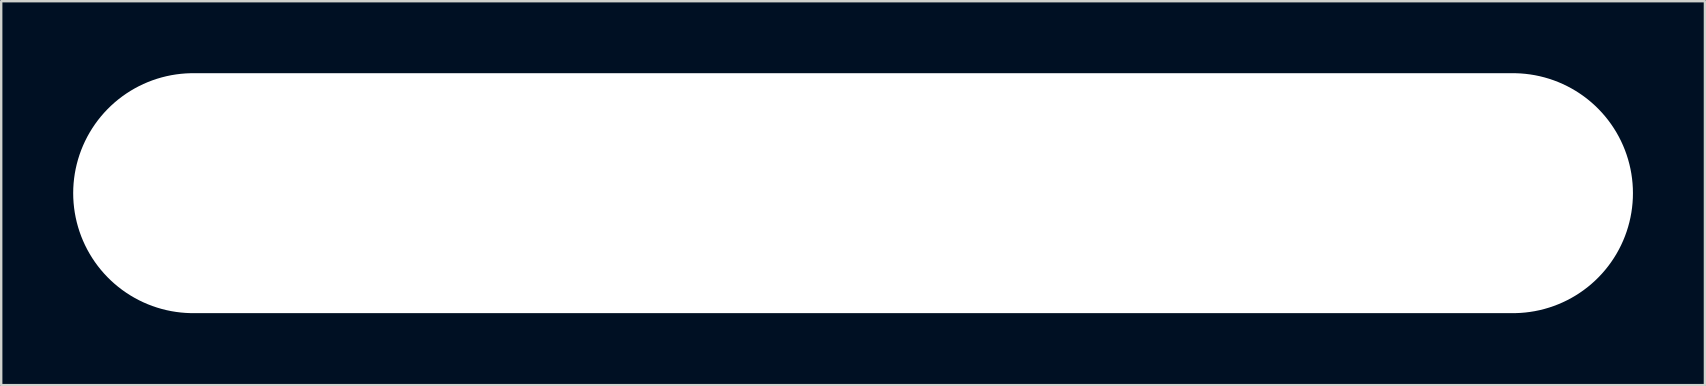
<source format=kicad_pcb>
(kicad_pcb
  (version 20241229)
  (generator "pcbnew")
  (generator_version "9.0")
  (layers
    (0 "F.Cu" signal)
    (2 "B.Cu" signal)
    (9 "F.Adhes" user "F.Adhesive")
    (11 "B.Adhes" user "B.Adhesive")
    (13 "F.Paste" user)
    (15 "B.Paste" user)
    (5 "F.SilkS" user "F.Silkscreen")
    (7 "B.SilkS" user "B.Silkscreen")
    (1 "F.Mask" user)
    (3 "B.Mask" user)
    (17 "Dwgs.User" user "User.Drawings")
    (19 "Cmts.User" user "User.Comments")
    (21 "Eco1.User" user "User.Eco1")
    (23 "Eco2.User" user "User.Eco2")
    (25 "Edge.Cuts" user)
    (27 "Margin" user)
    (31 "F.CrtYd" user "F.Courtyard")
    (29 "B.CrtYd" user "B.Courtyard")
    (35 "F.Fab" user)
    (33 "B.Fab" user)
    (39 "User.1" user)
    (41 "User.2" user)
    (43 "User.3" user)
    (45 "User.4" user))
  (footprint "Sinker"
    (layer "F.Cu")
    (at 32.5 5)
    (property "Reference" "Sinker" (at 0 -0.5 0) (unlocked yes) (layer "F.SilkS") (effects (font (size 1 1) (thickness 0.1))))
    (attr through_hole)
    (pad "" np_thru_hole oval (at 0 0) (size 65 10) (drill oval 65 10) (layers "*.Cu" "*.Mask")))
  (gr_rect
    (start -3 -3)
    (end 68 13)
    (stroke (width 0.1) (type default))
    (fill no)
    (layer "Edge.Cuts")))
</source>
